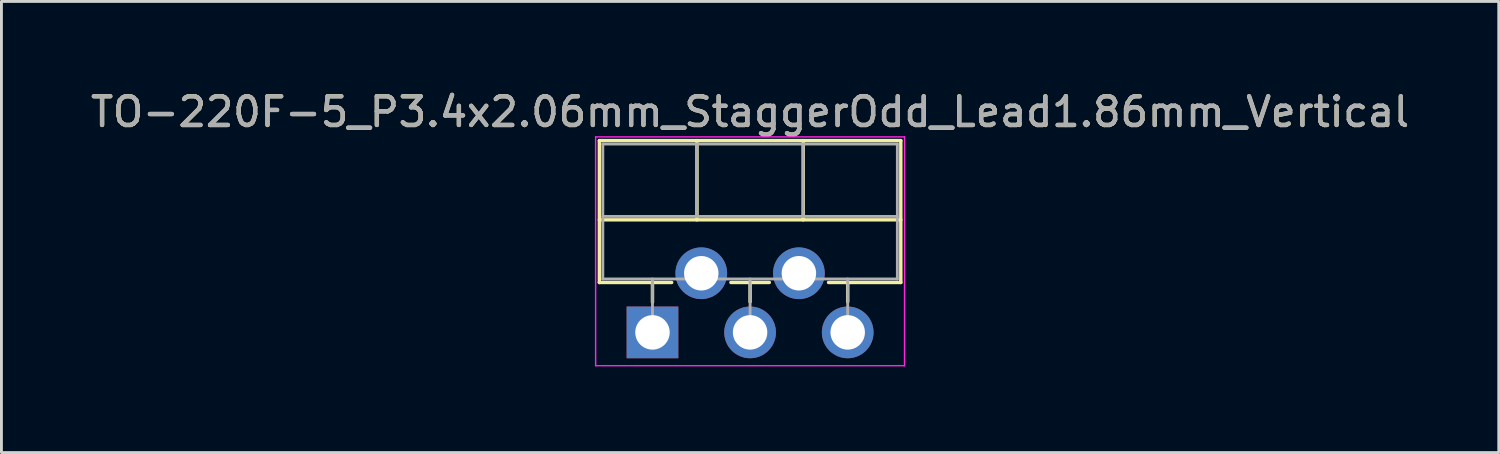
<source format=kicad_pcb>
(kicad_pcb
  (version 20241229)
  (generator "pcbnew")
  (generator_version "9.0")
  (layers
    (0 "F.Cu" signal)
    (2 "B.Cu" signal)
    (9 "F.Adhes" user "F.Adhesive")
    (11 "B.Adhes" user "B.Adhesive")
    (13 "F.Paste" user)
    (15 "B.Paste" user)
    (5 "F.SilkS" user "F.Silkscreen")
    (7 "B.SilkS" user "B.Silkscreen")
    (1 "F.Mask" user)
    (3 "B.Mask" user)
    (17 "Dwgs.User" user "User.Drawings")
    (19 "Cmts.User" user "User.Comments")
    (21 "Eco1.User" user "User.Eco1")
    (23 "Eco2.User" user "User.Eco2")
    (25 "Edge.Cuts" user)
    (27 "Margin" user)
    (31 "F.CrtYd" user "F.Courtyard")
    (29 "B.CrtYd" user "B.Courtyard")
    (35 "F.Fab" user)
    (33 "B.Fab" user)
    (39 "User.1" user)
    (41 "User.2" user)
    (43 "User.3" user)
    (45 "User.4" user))
  (footprint "TO-220F-5_P3.4x2.06mm_StaggerOdd_Lead1.86mm_Vertical"
    (layer "F.Cu")
    (at 19.677 8.528)
    (property "Reference" "TO-220F-5_P3.4x2.06mm_StaggerOdd_Lead1.86mm_Vertical" (at 3.4 -7.68 0) (layer "F.SilkS") (effects (font (size 1 1) (thickness 0.15))))
    (attr through_hole)
    (fp_line (start -1.85 -6.68) (end -1.85 -1.739) (stroke (width 0.12) (type solid)) (layer "F.SilkS"))
    (fp_line (start -1.85 -6.68) (end 8.65 -6.68) (stroke (width 0.12) (type solid)) (layer "F.SilkS"))
    (fp_line (start -1.85 -3.921) (end 8.65 -3.921) (stroke (width 0.12) (type solid)) (layer "F.SilkS"))
    (fp_line (start -1.85 -1.739) (end 0.669 -1.739) (stroke (width 0.12) (type solid)) (layer "F.SilkS"))
    (fp_line (start 0 -1.739) (end 0 -1.05) (stroke (width 0.12) (type solid)) (layer "F.SilkS"))
    (fp_line (start 1.55 -6.68) (end 1.55 -3.921) (stroke (width 0.12) (type solid)) (layer "F.SilkS"))
    (fp_line (start 2.732 -1.739) (end 4.069 -1.739) (stroke (width 0.12) (type solid)) (layer "F.SilkS"))
    (fp_line (start 3.4 -1.739) (end 3.4 -1.065) (stroke (width 0.12) (type solid)) (layer "F.SilkS"))
    (fp_line (start 5.25 -6.68) (end 5.25 -3.921) (stroke (width 0.12) (type solid)) (layer "F.SilkS"))
    (fp_line (start 6.132 -1.739) (end 8.65 -1.739) (stroke (width 0.12) (type solid)) (layer "F.SilkS"))
    (fp_line (start 6.8 -1.739) (end 6.8 -1.065) (stroke (width 0.12) (type solid)) (layer "F.SilkS"))
    (fp_line (start 8.65 -6.68) (end 8.65 -1.739) (stroke (width 0.12) (type solid)) (layer "F.SilkS"))
    (fp_line (start -1.98 -6.81) (end -1.98 1.16) (stroke (width 0.05) (type solid)) (layer "F.CrtYd"))
    (fp_line (start -1.98 1.16) (end 8.78 1.16) (stroke (width 0.05) (type solid)) (layer "F.CrtYd"))
    (fp_line (start 8.78 -6.81) (end -1.98 -6.81) (stroke (width 0.05) (type solid)) (layer "F.CrtYd"))
    (fp_line (start 8.78 1.16) (end 8.78 -6.81) (stroke (width 0.05) (type solid)) (layer "F.CrtYd"))
    (fp_line (start -1.73 -6.56) (end -1.73 -1.86) (stroke (width 0.1) (type solid)) (layer "F.Fab"))
    (fp_line (start -1.73 -4.04) (end 8.53 -4.04) (stroke (width 0.1) (type solid)) (layer "F.Fab"))
    (fp_line (start -1.73 -1.86) (end 8.53 -1.86) (stroke (width 0.1) (type solid)) (layer "F.Fab"))
    (fp_line (start 0 -1.86) (end 0 0) (stroke (width 0.1) (type solid)) (layer "F.Fab"))
    (fp_line (start 1.55 -6.56) (end 1.55 -4.04) (stroke (width 0.1) (type solid)) (layer "F.Fab"))
    (fp_line (start 3.4 -1.86) (end 3.4 0) (stroke (width 0.1) (type solid)) (layer "F.Fab"))
    (fp_line (start 5.25 -6.56) (end 5.25 -4.04) (stroke (width 0.1) (type solid)) (layer "F.Fab"))
    (fp_line (start 6.8 -1.86) (end 6.8 0) (stroke (width 0.1) (type solid)) (layer "F.Fab"))
    (fp_line (start 8.53 -6.56) (end -1.73 -6.56) (stroke (width 0.1) (type solid)) (layer "F.Fab"))
    (fp_line (start 8.53 -1.86) (end 8.53 -6.56) (stroke (width 0.1) (type solid)) (layer "F.Fab"))
    (fp_text user "${REFERENCE}" (at 3.4 -7.68 0) (layer "F.Fab") (effects (font (size 1 1) (thickness 0.15))))
    (pad "1" thru_hole rect (at 0 0) (size 1.8 1.8) (drill 1.2) (layers "*.Cu" "*.Mask"))
    (pad "2" thru_hole oval (at 1.7 -2.06) (size 1.8 1.8) (drill 1.2) (layers "*.Cu" "*.Mask"))
    (pad "3" thru_hole oval (at 3.4 0) (size 1.8 1.8) (drill 1.2) (layers "*.Cu" "*.Mask"))
    (pad "4" thru_hole oval (at 5.1 -2.06) (size 1.8 1.8) (drill 1.2) (layers "*.Cu" "*.Mask"))
    (pad "5" thru_hole oval (at 6.8 0) (size 1.8 1.8) (drill 1.2) (layers "*.Cu" "*.Mask")))
  (gr_rect
    (start -3 -3)
    (end 49.155 12.713)
    (stroke (width 0.1) (type default))
    (fill no)
    (layer "Edge.Cuts")))
</source>
